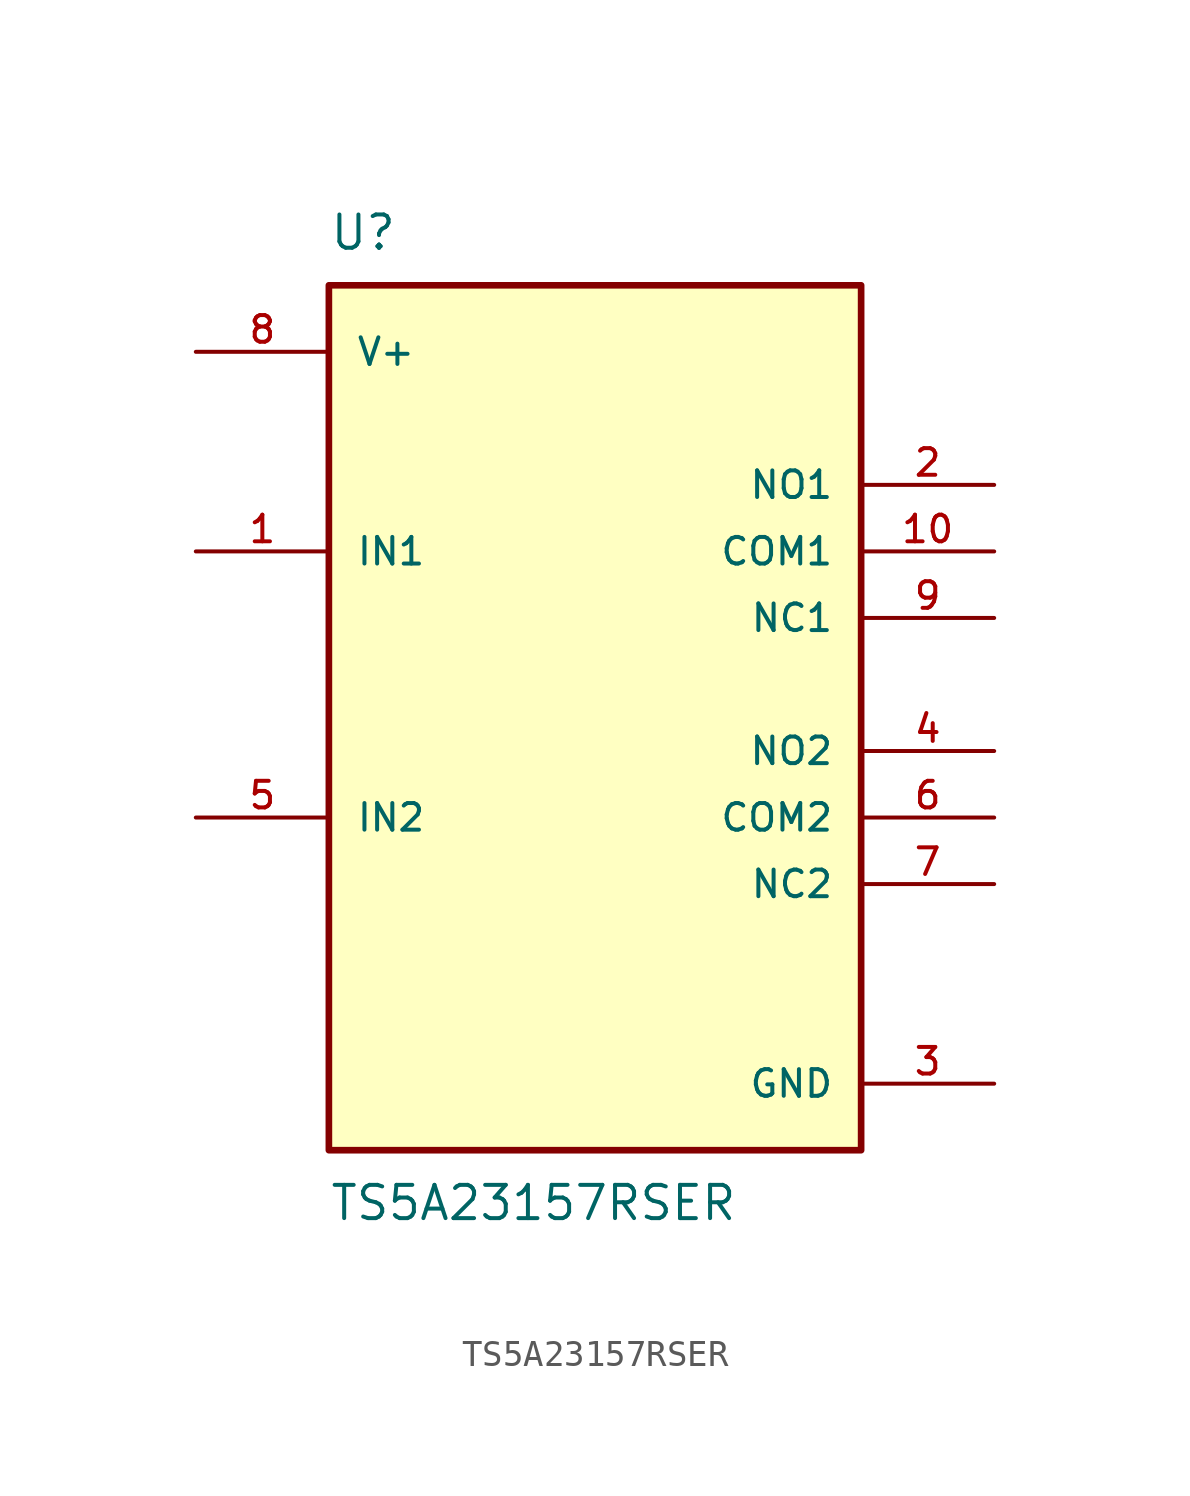
<source format=kicad_sym>
(kicad_symbol_lib
  (version 20211014)
  (generator kicad_symbol_editor)
  (symbol "TS5A23157RSER"
    (pin_names
      (offset 1.016))
    (property "Reference" "U"
      (at -10.16 16.51 0)
      (effects (font (size 1.27 1.27)) (justify bottom left)))
    (property "Value" "TS5A23157RSER"
      (at -10.16 -19.05 0)
      (effects (font (size 1.27 1.27)) (justify top left)))
    (symbol "TS5A23157RSER_0_0"
      (rectangle (start -10.16 -17.78) (end 10.16 15.24) (stroke (width 0.254)) (fill (type background)))
      (pin input line (at -15.24 5.08 0) (length 5.08) (name "IN1" (effects (font (size 1.016 1.016)))) (number "1" (effects (font (size 1.016 1.016)))))
      (pin bidirectional line (at 15.24 7.62 180.0) (length 5.08) (name "NO1" (effects (font (size 1.016 1.016)))) (number "2" (effects (font (size 1.016 1.016)))))
      (pin power_in line (at 15.24 -15.24 180.0) (length 5.08) (name "GND" (effects (font (size 1.016 1.016)))) (number "3" (effects (font (size 1.016 1.016)))))
      (pin bidirectional line (at 15.24 -2.54 180.0) (length 5.08) (name "NO2" (effects (font (size 1.016 1.016)))) (number "4" (effects (font (size 1.016 1.016)))))
      (pin input line (at -15.24 -5.08 0) (length 5.08) (name "IN2" (effects (font (size 1.016 1.016)))) (number "5" (effects (font (size 1.016 1.016)))))
      (pin bidirectional line (at 15.24 -5.08 180.0) (length 5.08) (name "COM2" (effects (font (size 1.016 1.016)))) (number "6" (effects (font (size 1.016 1.016)))))
      (pin bidirectional line (at 15.24 -7.62 180.0) (length 5.08) (name "NC2" (effects (font (size 1.016 1.016)))) (number "7" (effects (font (size 1.016 1.016)))))
      (pin power_in line (at -15.24 12.7 0) (length 5.08) (name "V+" (effects (font (size 1.016 1.016)))) (number "8" (effects (font (size 1.016 1.016)))))
      (pin bidirectional line (at 15.24 2.54 180.0) (length 5.08) (name "NC1" (effects (font (size 1.016 1.016)))) (number "9" (effects (font (size 1.016 1.016)))))
      (pin bidirectional line (at 15.24 5.08 180.0) (length 5.08) (name "COM1" (effects (font (size 1.016 1.016)))) (number "10" (effects (font (size 1.016 1.016))))))))
</source>
